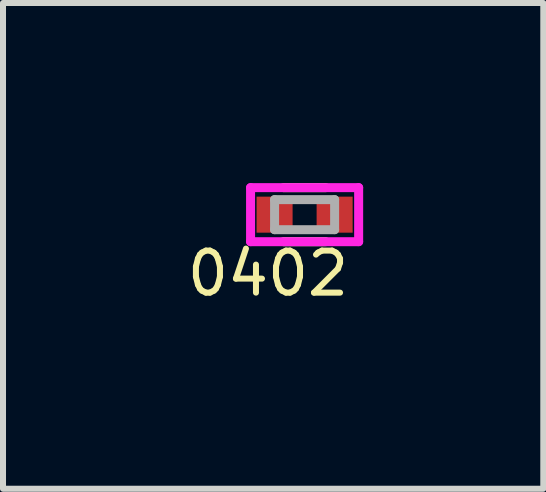
<source format=kicad_pcb>
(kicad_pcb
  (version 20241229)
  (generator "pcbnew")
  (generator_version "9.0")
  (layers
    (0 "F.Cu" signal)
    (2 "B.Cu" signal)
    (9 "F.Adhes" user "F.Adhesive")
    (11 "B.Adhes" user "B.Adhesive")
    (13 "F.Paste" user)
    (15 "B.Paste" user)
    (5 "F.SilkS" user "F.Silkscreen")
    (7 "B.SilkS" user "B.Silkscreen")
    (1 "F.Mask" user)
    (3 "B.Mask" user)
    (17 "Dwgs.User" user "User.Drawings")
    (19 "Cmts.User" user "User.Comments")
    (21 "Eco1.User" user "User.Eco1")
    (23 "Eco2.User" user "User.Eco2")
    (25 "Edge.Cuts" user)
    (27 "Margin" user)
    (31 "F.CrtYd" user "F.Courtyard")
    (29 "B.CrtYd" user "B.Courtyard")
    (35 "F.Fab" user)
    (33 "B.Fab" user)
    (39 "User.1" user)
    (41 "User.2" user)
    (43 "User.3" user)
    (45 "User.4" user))
  (footprint "0402"
    (layer "F.Cu")
    (at 2.023 0.525)
    (property "Reference" "0402" (at -0.61 0.98 0) (layer "F.SilkS") (effects (font (size 0.7 0.7) (thickness 0.1))))
    (attr smd)
    (fp_line (start -0.35 -0.45) (end 0.35 -0.45) (stroke (width 0.15) (type solid)) (layer "F.SilkS"))
    (fp_line (start -0.35 0.45) (end 0.35 0.45) (stroke (width 0.15) (type solid)) (layer "F.SilkS"))
    (fp_line (start -0.9 -0.45) (end 0.9 -0.45) (stroke (width 0.15) (type solid)) (layer "F.CrtYd"))
    (fp_line (start -0.9 0.45) (end -0.9 -0.45) (stroke (width 0.15) (type solid)) (layer "F.CrtYd"))
    (fp_line (start 0.9 -0.45) (end 0.9 0.45) (stroke (width 0.15) (type solid)) (layer "F.CrtYd"))
    (fp_line (start 0.9 0.45) (end -0.9 0.45) (stroke (width 0.15) (type solid)) (layer "F.CrtYd"))
    (fp_line (start -0.5 -0.25) (end 0.5 -0.25) (stroke (width 0.15) (type solid)) (layer "F.Fab"))
    (fp_line (start -0.5 0.25) (end -0.5 -0.25) (stroke (width 0.15) (type solid)) (layer "F.Fab"))
    (fp_line (start 0.5 -0.25) (end 0.5 0.25) (stroke (width 0.15) (type solid)) (layer "F.Fab"))
    (fp_line (start 0.5 0.25) (end -0.5 0.25) (stroke (width 0.15) (type solid)) (layer "F.Fab"))
    (pad "1" smd rect (at -0.5 0) (size 0.6 0.6) (layers "F.Cu" "F.Mask" "F.Paste"))
    (pad "2" smd rect (at 0.5 0) (size 0.6 0.6) (layers "F.Cu" "F.Mask" "F.Paste")))
  (gr_rect
    (start -3 -3)
    (end 5.998 5.09)
    (stroke (width 0.1) (type default))
    (fill no)
    (layer "Edge.Cuts")))
</source>
